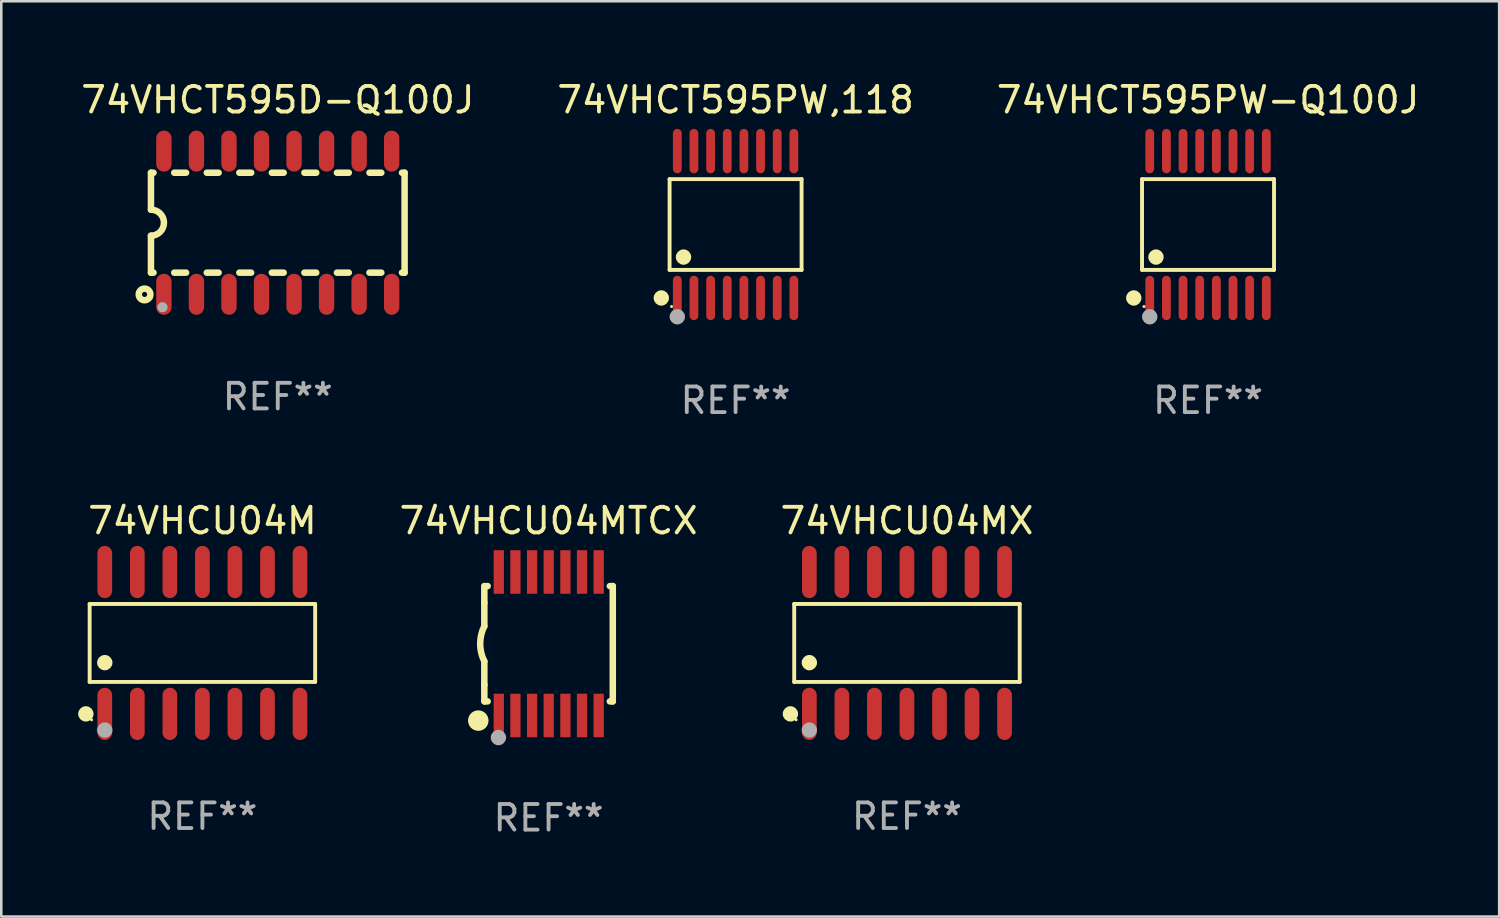
<source format=kicad_pcb>
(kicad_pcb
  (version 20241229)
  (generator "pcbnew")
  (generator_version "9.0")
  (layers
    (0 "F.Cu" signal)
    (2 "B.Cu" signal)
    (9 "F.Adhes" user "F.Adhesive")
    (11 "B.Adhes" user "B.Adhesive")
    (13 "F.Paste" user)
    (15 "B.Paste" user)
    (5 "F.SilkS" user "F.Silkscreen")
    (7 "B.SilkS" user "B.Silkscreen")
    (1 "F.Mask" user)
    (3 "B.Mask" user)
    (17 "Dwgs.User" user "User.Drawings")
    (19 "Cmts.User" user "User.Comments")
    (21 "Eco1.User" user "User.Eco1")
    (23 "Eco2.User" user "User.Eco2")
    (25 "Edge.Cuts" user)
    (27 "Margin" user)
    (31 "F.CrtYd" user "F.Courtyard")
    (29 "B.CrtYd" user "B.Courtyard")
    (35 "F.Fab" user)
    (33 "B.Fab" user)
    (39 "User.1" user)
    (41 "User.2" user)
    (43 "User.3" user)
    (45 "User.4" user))
  (footprint "74VHCT595D-Q100J"
    (layer "F.Cu")
    (at 7.792 5.642)
    (property "Reference" "74VHCT595D-Q100J" (at 0 -4.794 0) (layer "F.SilkS") (effects (font (size 1 1) (thickness 0.15))))
    (attr through_hole)
    (fp_line (start -4.95 -1.95) (end -4.95 -0.508) (stroke (width 0.254) (type solid)) (layer "F.SilkS"))
    (fp_line (start -4.95 -1.95) (end -4.849 -1.95) (stroke (width 0.254) (type solid)) (layer "F.SilkS"))
    (fp_line (start -4.95 1.95) (end -4.95 0.508) (stroke (width 0.254) (type solid)) (layer "F.SilkS"))
    (fp_line (start -4.95 1.95) (end -4.849 1.95) (stroke (width 0.254) (type solid)) (layer "F.SilkS"))
    (fp_line (start -4.041 -1.95) (end -3.579 -1.95) (stroke (width 0.254) (type solid)) (layer "F.SilkS"))
    (fp_line (start -4.041 1.95) (end -3.579 1.95) (stroke (width 0.254) (type solid)) (layer "F.SilkS"))
    (fp_line (start -2.771 -1.95) (end -2.309 -1.95) (stroke (width 0.254) (type solid)) (layer "F.SilkS"))
    (fp_line (start -2.771 1.95) (end -2.309 1.95) (stroke (width 0.254) (type solid)) (layer "F.SilkS"))
    (fp_line (start -1.501 -1.95) (end -1.039 -1.95) (stroke (width 0.254) (type solid)) (layer "F.SilkS"))
    (fp_line (start -1.501 1.95) (end -1.039 1.95) (stroke (width 0.254) (type solid)) (layer "F.SilkS"))
    (fp_line (start -0.231 -1.95) (end 0.231 -1.95) (stroke (width 0.254) (type solid)) (layer "F.SilkS"))
    (fp_line (start -0.231 1.95) (end 0.231 1.95) (stroke (width 0.254) (type solid)) (layer "F.SilkS"))
    (fp_line (start 1.039 -1.95) (end 1.501 -1.95) (stroke (width 0.254) (type solid)) (layer "F.SilkS"))
    (fp_line (start 1.039 1.95) (end 1.501 1.95) (stroke (width 0.254) (type solid)) (layer "F.SilkS"))
    (fp_line (start 2.309 -1.95) (end 2.771 -1.95) (stroke (width 0.254) (type solid)) (layer "F.SilkS"))
    (fp_line (start 2.309 1.95) (end 2.771 1.95) (stroke (width 0.254) (type solid)) (layer "F.SilkS"))
    (fp_line (start 3.579 -1.95) (end 4.041 -1.95) (stroke (width 0.254) (type solid)) (layer "F.SilkS"))
    (fp_line (start 3.579 1.95) (end 4.041 1.95) (stroke (width 0.254) (type solid)) (layer "F.SilkS"))
    (fp_line (start 4.849 -1.95) (end 4.95 -1.95) (stroke (width 0.254) (type solid)) (layer "F.SilkS"))
    (fp_line (start 4.849 1.95) (end 4.95 1.95) (stroke (width 0.254) (type solid)) (layer "F.SilkS"))
    (fp_line (start 4.95 -1.95) (end 4.95 1.95) (stroke (width 0.254) (type solid)) (layer "F.SilkS"))
    (fp_arc (start -4.95047 -0.508001) (mid -4.442469 -0.000228) (end -4.950013 0.508001) (stroke (width 0.254001) (type solid)) (layer "F.SilkS"))
    (fp_circle (center -5.2 2.8) (end -5.1 2.8) (stroke (width 0.254) (type solid)) (fill no) (layer "F.SilkS"))
    (fp_circle (center -4.95 2.947) (end -4.92 2.947) (stroke (width 0.06) (type solid)) (fill no) (layer "F.SilkS"))
    (fp_circle (center -4.5 3.3) (end -4.4 3.3) (stroke (width 0.2) (type solid)) (fill no) (layer "F.Fab"))
    (fp_text user "REF**" (at 0 6.794 0) (layer "F.Fab") (effects (font (size 1 1) (thickness 0.15))))
    (pad "1" smd oval (at -4.445 2.794) (size 0.6 1.6) (layers "F.Cu" "F.Mask" "F.Paste"))
    (pad "2" smd oval (at -3.175 2.794) (size 0.6 1.6) (layers "F.Cu" "F.Mask" "F.Paste"))
    (pad "3" smd oval (at -1.905 2.794) (size 0.6 1.6) (layers "F.Cu" "F.Mask" "F.Paste"))
    (pad "4" smd oval (at -0.635 2.794) (size 0.6 1.6) (layers "F.Cu" "F.Mask" "F.Paste"))
    (pad "5" smd oval (at 0.635 2.794) (size 0.6 1.6) (layers "F.Cu" "F.Mask" "F.Paste"))
    (pad "6" smd oval (at 1.905 2.794) (size 0.6 1.6) (layers "F.Cu" "F.Mask" "F.Paste"))
    (pad "7" smd oval (at 3.175 2.794) (size 0.6 1.6) (layers "F.Cu" "F.Mask" "F.Paste"))
    (pad "8" smd oval (at 4.445 2.794) (size 0.6 1.6) (layers "F.Cu" "F.Mask" "F.Paste"))
    (pad "9" smd oval (at 4.445 -2.794) (size 0.6 1.6) (layers "F.Cu" "F.Mask" "F.Paste"))
    (pad "10" smd oval (at 3.175 -2.794) (size 0.6 1.6) (layers "F.Cu" "F.Mask" "F.Paste"))
    (pad "11" smd oval (at 1.905 -2.794) (size 0.6 1.6) (layers "F.Cu" "F.Mask" "F.Paste"))
    (pad "12" smd oval (at 0.635 -2.794) (size 0.6 1.6) (layers "F.Cu" "F.Mask" "F.Paste"))
    (pad "13" smd oval (at -0.635 -2.794) (size 0.6 1.6) (layers "F.Cu" "F.Mask" "F.Paste"))
    (pad "14" smd oval (at -1.905 -2.794) (size 0.6 1.6) (layers "F.Cu" "F.Mask" "F.Paste"))
    (pad "15" smd oval (at -3.175 -2.794) (size 0.6 1.6) (layers "F.Cu" "F.Mask" "F.Paste"))
    (pad "16" smd oval (at -4.445 -2.794) (size 0.6 1.6) (layers "F.Cu" "F.Mask" "F.Paste")))
  (footprint "74VHCT595PW,118"
    (layer "F.Cu")
    (at 25.661 5.714)
    (property "Reference" "74VHCT595PW,118" (at 0 -4.866 0) (layer "F.SilkS") (effects (font (size 1 1) (thickness 0.15))))
    (attr through_hole)
    (fp_line (start -2.576 -1.772) (end 2.576 -1.772) (stroke (width 0.152) (type solid)) (layer "F.SilkS"))
    (fp_line (start -2.576 1.771) (end -2.576 -1.772) (stroke (width 0.152) (type solid)) (layer "F.SilkS"))
    (fp_line (start 2.576 -1.772) (end 2.576 1.771) (stroke (width 0.152) (type solid)) (layer "F.SilkS"))
    (fp_line (start 2.576 1.771) (end -2.576 1.771) (stroke (width 0.152) (type solid)) (layer "F.SilkS"))
    (fp_circle (center -2.899 2.866) (end -2.749 2.866) (stroke (width 0.3) (type solid)) (fill no) (layer "F.SilkS"))
    (fp_circle (center -2.5 3.2) (end -2.47 3.2) (stroke (width 0.06) (type solid)) (fill no) (layer "F.SilkS"))
    (fp_circle (center -2.032 1.27) (end -1.882 1.27) (stroke (width 0.3) (type solid)) (fill no) (layer "F.SilkS"))
    (fp_circle (center -2.275 3.6) (end -2.125 3.6) (stroke (width 0.3) (type solid)) (fill no) (layer "F.Fab"))
    (fp_text user "REF**" (at 0 6.866 0) (layer "F.Fab") (effects (font (size 1 1) (thickness 0.15))))
    (pad "1" smd oval (at -2.275 2.866) (size 0.343 1.731) (layers "F.Cu" "F.Mask" "F.Paste"))
    (pad "2" smd oval (at -1.625 2.866) (size 0.343 1.731) (layers "F.Cu" "F.Mask" "F.Paste"))
    (pad "3" smd oval (at -0.975 2.866) (size 0.343 1.731) (layers "F.Cu" "F.Mask" "F.Paste"))
    (pad "4" smd oval (at -0.325 2.866) (size 0.343 1.731) (layers "F.Cu" "F.Mask" "F.Paste"))
    (pad "5" smd oval (at 0.325 2.866) (size 0.343 1.731) (layers "F.Cu" "F.Mask" "F.Paste"))
    (pad "6" smd oval (at 0.975 2.866) (size 0.343 1.731) (layers "F.Cu" "F.Mask" "F.Paste"))
    (pad "7" smd oval (at 1.625 2.866) (size 0.343 1.731) (layers "F.Cu" "F.Mask" "F.Paste"))
    (pad "8" smd oval (at 2.275 2.866) (size 0.343 1.731) (layers "F.Cu" "F.Mask" "F.Paste"))
    (pad "9" smd oval (at 2.275 -2.866) (size 0.343 1.731) (layers "F.Cu" "F.Mask" "F.Paste"))
    (pad "10" smd oval (at 1.625 -2.866) (size 0.343 1.731) (layers "F.Cu" "F.Mask" "F.Paste"))
    (pad "11" smd oval (at 0.975 -2.866) (size 0.343 1.731) (layers "F.Cu" "F.Mask" "F.Paste"))
    (pad "12" smd oval (at 0.325 -2.866) (size 0.343 1.731) (layers "F.Cu" "F.Mask" "F.Paste"))
    (pad "13" smd oval (at -0.325 -2.866) (size 0.343 1.731) (layers "F.Cu" "F.Mask" "F.Paste"))
    (pad "14" smd oval (at -0.975 -2.866) (size 0.343 1.731) (layers "F.Cu" "F.Mask" "F.Paste"))
    (pad "15" smd oval (at -1.625 -2.866) (size 0.343 1.731) (layers "F.Cu" "F.Mask" "F.Paste"))
    (pad "16" smd oval (at -2.275 -2.866) (size 0.343 1.731) (layers "F.Cu" "F.Mask" "F.Paste")))
  (footprint "74VHCU04M"
    (layer "F.Cu")
    (at 4.85 22.045)
    (property "Reference" "74VHCU04M" (at 0 -4.769 0) (layer "F.SilkS") (effects (font (size 1 1) (thickness 0.15))))
    (attr through_hole)
    (fp_line (start -4.401 -1.521) (end 4.401 -1.521) (stroke (width 0.152) (type solid)) (layer "F.SilkS"))
    (fp_line (start -4.401 1.521) (end -4.401 -1.521) (stroke (width 0.152) (type solid)) (layer "F.SilkS"))
    (fp_line (start 4.401 -1.521) (end 4.401 1.521) (stroke (width 0.152) (type solid)) (layer "F.SilkS"))
    (fp_line (start 4.401 1.521) (end -4.401 1.521) (stroke (width 0.152) (type solid)) (layer "F.SilkS"))
    (fp_circle (center -4.549 2.769) (end -4.399 2.769) (stroke (width 0.3) (type solid)) (fill no) (layer "F.SilkS"))
    (fp_circle (center -4.325 3) (end -4.295 3) (stroke (width 0.06) (type solid)) (fill no) (layer "F.SilkS"))
    (fp_circle (center -3.81 0.769) (end -3.66 0.769) (stroke (width 0.3) (type solid)) (fill no) (layer "F.SilkS"))
    (fp_circle (center -3.81 3.4) (end -3.66 3.4) (stroke (width 0.3) (type solid)) (fill no) (layer "F.Fab"))
    (fp_text user "REF**" (at 0 6.769 0) (layer "F.Fab") (effects (font (size 1 1) (thickness 0.15))))
    (pad "1" smd oval (at -3.81 2.769) (size 0.574 2.038) (layers "F.Cu" "F.Mask" "F.Paste"))
    (pad "2" smd oval (at -2.54 2.769) (size 0.574 2.038) (layers "F.Cu" "F.Mask" "F.Paste"))
    (pad "3" smd oval (at -1.27 2.769) (size 0.574 2.038) (layers "F.Cu" "F.Mask" "F.Paste"))
    (pad "4" smd oval (at 0 2.769) (size 0.574 2.038) (layers "F.Cu" "F.Mask" "F.Paste"))
    (pad "5" smd oval (at 1.27 2.769) (size 0.574 2.038) (layers "F.Cu" "F.Mask" "F.Paste"))
    (pad "6" smd oval (at 2.54 2.769) (size 0.574 2.038) (layers "F.Cu" "F.Mask" "F.Paste"))
    (pad "7" smd oval (at 3.81 2.769) (size 0.574 2.038) (layers "F.Cu" "F.Mask" "F.Paste"))
    (pad "8" smd oval (at 3.81 -2.769) (size 0.574 2.038) (layers "F.Cu" "F.Mask" "F.Paste"))
    (pad "9" smd oval (at 2.54 -2.769) (size 0.574 2.038) (layers "F.Cu" "F.Mask" "F.Paste"))
    (pad "10" smd oval (at 1.27 -2.769) (size 0.574 2.038) (layers "F.Cu" "F.Mask" "F.Paste"))
    (pad "11" smd oval (at 0 -2.769) (size 0.574 2.038) (layers "F.Cu" "F.Mask" "F.Paste"))
    (pad "12" smd oval (at -1.27 -2.769) (size 0.574 2.038) (layers "F.Cu" "F.Mask" "F.Paste"))
    (pad "13" smd oval (at -2.54 -2.769) (size 0.574 2.038) (layers "F.Cu" "F.Mask" "F.Paste"))
    (pad "14" smd oval (at -3.81 -2.769) (size 0.574 2.038) (layers "F.Cu" "F.Mask" "F.Paste")))
  (footprint "74VHCT595PW-Q100J"
    (layer "F.Cu")
    (at 44.101 5.714)
    (property "Reference" "74VHCT595PW-Q100J" (at 0 -4.866 0) (layer "F.SilkS") (effects (font (size 1 1) (thickness 0.15))))
    (attr through_hole)
    (fp_line (start -2.576 -1.772) (end 2.576 -1.772) (stroke (width 0.152) (type solid)) (layer "F.SilkS"))
    (fp_line (start -2.576 1.771) (end -2.576 -1.772) (stroke (width 0.152) (type solid)) (layer "F.SilkS"))
    (fp_line (start 2.576 -1.772) (end 2.576 1.771) (stroke (width 0.152) (type solid)) (layer "F.SilkS"))
    (fp_line (start 2.576 1.771) (end -2.576 1.771) (stroke (width 0.152) (type solid)) (layer "F.SilkS"))
    (fp_circle (center -2.899 2.866) (end -2.749 2.866) (stroke (width 0.3) (type solid)) (fill no) (layer "F.SilkS"))
    (fp_circle (center -2.5 3.2) (end -2.47 3.2) (stroke (width 0.06) (type solid)) (fill no) (layer "F.SilkS"))
    (fp_circle (center -2.032 1.27) (end -1.882 1.27) (stroke (width 0.3) (type solid)) (fill no) (layer "F.SilkS"))
    (fp_circle (center -2.275 3.6) (end -2.125 3.6) (stroke (width 0.3) (type solid)) (fill no) (layer "F.Fab"))
    (fp_text user "REF**" (at 0 6.866 0) (layer "F.Fab") (effects (font (size 1 1) (thickness 0.15))))
    (pad "1" smd oval (at -2.275 2.866) (size 0.343 1.731) (layers "F.Cu" "F.Mask" "F.Paste"))
    (pad "2" smd oval (at -1.625 2.866) (size 0.343 1.731) (layers "F.Cu" "F.Mask" "F.Paste"))
    (pad "3" smd oval (at -0.975 2.866) (size 0.343 1.731) (layers "F.Cu" "F.Mask" "F.Paste"))
    (pad "4" smd oval (at -0.325 2.866) (size 0.343 1.731) (layers "F.Cu" "F.Mask" "F.Paste"))
    (pad "5" smd oval (at 0.325 2.866) (size 0.343 1.731) (layers "F.Cu" "F.Mask" "F.Paste"))
    (pad "6" smd oval (at 0.975 2.866) (size 0.343 1.731) (layers "F.Cu" "F.Mask" "F.Paste"))
    (pad "7" smd oval (at 1.625 2.866) (size 0.343 1.731) (layers "F.Cu" "F.Mask" "F.Paste"))
    (pad "8" smd oval (at 2.275 2.866) (size 0.343 1.731) (layers "F.Cu" "F.Mask" "F.Paste"))
    (pad "9" smd oval (at 2.275 -2.866) (size 0.343 1.731) (layers "F.Cu" "F.Mask" "F.Paste"))
    (pad "10" smd oval (at 1.625 -2.866) (size 0.343 1.731) (layers "F.Cu" "F.Mask" "F.Paste"))
    (pad "11" smd oval (at 0.975 -2.866) (size 0.343 1.731) (layers "F.Cu" "F.Mask" "F.Paste"))
    (pad "12" smd oval (at 0.325 -2.866) (size 0.343 1.731) (layers "F.Cu" "F.Mask" "F.Paste"))
    (pad "13" smd oval (at -0.325 -2.866) (size 0.343 1.731) (layers "F.Cu" "F.Mask" "F.Paste"))
    (pad "14" smd oval (at -0.975 -2.866) (size 0.343 1.731) (layers "F.Cu" "F.Mask" "F.Paste"))
    (pad "15" smd oval (at -1.625 -2.866) (size 0.343 1.731) (layers "F.Cu" "F.Mask" "F.Paste"))
    (pad "16" smd oval (at -2.275 -2.866) (size 0.343 1.731) (layers "F.Cu" "F.Mask" "F.Paste")))
  (footprint "74VHCU04MX"
    (layer "F.Cu")
    (at 32.35 22.045)
    (property "Reference" "74VHCU04MX" (at 0 -4.769 0) (layer "F.SilkS") (effects (font (size 1 1) (thickness 0.15))))
    (attr through_hole)
    (fp_line (start -4.401 -1.521) (end 4.401 -1.521) (stroke (width 0.152) (type solid)) (layer "F.SilkS"))
    (fp_line (start -4.401 1.521) (end -4.401 -1.521) (stroke (width 0.152) (type solid)) (layer "F.SilkS"))
    (fp_line (start 4.401 -1.521) (end 4.401 1.521) (stroke (width 0.152) (type solid)) (layer "F.SilkS"))
    (fp_line (start 4.401 1.521) (end -4.401 1.521) (stroke (width 0.152) (type solid)) (layer "F.SilkS"))
    (fp_circle (center -4.549 2.769) (end -4.399 2.769) (stroke (width 0.3) (type solid)) (fill no) (layer "F.SilkS"))
    (fp_circle (center -4.325 3) (end -4.295 3) (stroke (width 0.06) (type solid)) (fill no) (layer "F.SilkS"))
    (fp_circle (center -3.81 0.769) (end -3.66 0.769) (stroke (width 0.3) (type solid)) (fill no) (layer "F.SilkS"))
    (fp_circle (center -3.81 3.4) (end -3.66 3.4) (stroke (width 0.3) (type solid)) (fill no) (layer "F.Fab"))
    (fp_text user "REF**" (at 0 6.769 0) (layer "F.Fab") (effects (font (size 1 1) (thickness 0.15))))
    (pad "1" smd oval (at -3.81 2.769) (size 0.574 2.038) (layers "F.Cu" "F.Mask" "F.Paste"))
    (pad "2" smd oval (at -2.54 2.769) (size 0.574 2.038) (layers "F.Cu" "F.Mask" "F.Paste"))
    (pad "3" smd oval (at -1.27 2.769) (size 0.574 2.038) (layers "F.Cu" "F.Mask" "F.Paste"))
    (pad "4" smd oval (at 0 2.769) (size 0.574 2.038) (layers "F.Cu" "F.Mask" "F.Paste"))
    (pad "5" smd oval (at 1.27 2.769) (size 0.574 2.038) (layers "F.Cu" "F.Mask" "F.Paste"))
    (pad "6" smd oval (at 2.54 2.769) (size 0.574 2.038) (layers "F.Cu" "F.Mask" "F.Paste"))
    (pad "7" smd oval (at 3.81 2.769) (size 0.574 2.038) (layers "F.Cu" "F.Mask" "F.Paste"))
    (pad "8" smd oval (at 3.81 -2.769) (size 0.574 2.038) (layers "F.Cu" "F.Mask" "F.Paste"))
    (pad "9" smd oval (at 2.54 -2.769) (size 0.574 2.038) (layers "F.Cu" "F.Mask" "F.Paste"))
    (pad "10" smd oval (at 1.27 -2.769) (size 0.574 2.038) (layers "F.Cu" "F.Mask" "F.Paste"))
    (pad "11" smd oval (at 0 -2.769) (size 0.574 2.038) (layers "F.Cu" "F.Mask" "F.Paste"))
    (pad "12" smd oval (at -1.27 -2.769) (size 0.574 2.038) (layers "F.Cu" "F.Mask" "F.Paste"))
    (pad "13" smd oval (at -2.54 -2.769) (size 0.574 2.038) (layers "F.Cu" "F.Mask" "F.Paste"))
    (pad "14" smd oval (at -3.81 -2.769) (size 0.574 2.038) (layers "F.Cu" "F.Mask" "F.Paste")))
  (footprint "74VHCU04MTCX"
    (layer "F.Cu")
    (at 18.361 22.076)
    (property "Reference" "74VHCU04MTCX" (at 0 -4.8 0) (layer "F.SilkS") (effects (font (size 1 1) (thickness 0.15))))
    (attr through_hole)
    (fp_line (start -2.507 -1.6) (end -2.507 -2.25) (stroke (width 0.254) (type solid)) (layer "F.SilkS"))
    (fp_line (start -2.507 -0.686) (end -2.507 -1.6) (stroke (width 0.254) (type solid)) (layer "F.SilkS"))
    (fp_line (start -2.507 1.6) (end -2.507 0.686) (stroke (width 0.254) (type solid)) (layer "F.SilkS"))
    (fp_line (start -2.507 1.6) (end -2.507 2.25) (stroke (width 0.254) (type solid)) (layer "F.SilkS"))
    (fp_line (start -2.493 -2.25) (end -2.377 -2.25) (stroke (width 0.254) (type solid)) (layer "F.SilkS"))
    (fp_line (start -2.377 2.25) (end -2.493 2.25) (stroke (width 0.254) (type solid)) (layer "F.SilkS"))
    (fp_line (start 2.392 -2.25) (end 2.507 -2.25) (stroke (width 0.254) (type solid)) (layer "F.SilkS"))
    (fp_line (start 2.507 -2.25) (end 2.507 2.25) (stroke (width 0.254) (type solid)) (layer "F.SilkS"))
    (fp_line (start 2.507 2.25) (end 2.392 2.25) (stroke (width 0.254) (type solid)) (layer "F.SilkS"))
    (fp_arc (start -2.507303 0.685802) (mid -2.669199 0) (end -2.507303 -0.685801) (stroke (width 0.254001) (type solid)) (layer "F.SilkS"))
    (fp_circle (center -2.743 3) (end -2.543 3) (stroke (width 0.4) (type solid)) (fill no) (layer "F.SilkS"))
    (fp_circle (center -2.493 3.2) (end -2.463 3.2) (stroke (width 0.06) (type solid)) (fill no) (layer "F.SilkS"))
    (fp_circle (center -1.957 3.662) (end -1.807 3.662) (stroke (width 0.3) (type solid)) (fill no) (layer "F.Fab"))
    (fp_text user "REF**" (at 0 6.8 0) (layer "F.Fab") (effects (font (size 1 1) (thickness 0.15))))
    (pad "1" smd rect (at -1.943 2.8) (size 0.4 1.7) (layers "F.Cu" "F.Mask" "F.Paste"))
    (pad "2" smd rect (at -1.293 2.8) (size 0.4 1.7) (layers "F.Cu" "F.Mask" "F.Paste"))
    (pad "3" smd rect (at -0.643 2.8) (size 0.4 1.7) (layers "F.Cu" "F.Mask" "F.Paste"))
    (pad "4" smd rect (at 0.007 2.8) (size 0.4 1.7) (layers "F.Cu" "F.Mask" "F.Paste"))
    (pad "5" smd rect (at 0.657 2.8) (size 0.4 1.7) (layers "F.Cu" "F.Mask" "F.Paste"))
    (pad "6" smd rect (at 1.307 2.8) (size 0.4 1.7) (layers "F.Cu" "F.Mask" "F.Paste"))
    (pad "7" smd rect (at 1.957 2.8) (size 0.4 1.7) (layers "F.Cu" "F.Mask" "F.Paste"))
    (pad "8" smd rect (at 1.957 -2.8) (size 0.4 1.7) (layers "F.Cu" "F.Mask" "F.Paste"))
    (pad "9" smd rect (at 1.307 -2.8) (size 0.4 1.7) (layers "F.Cu" "F.Mask" "F.Paste"))
    (pad "10" smd rect (at 0.657 -2.8) (size 0.4 1.7) (layers "F.Cu" "F.Mask" "F.Paste"))
    (pad "11" smd rect (at 0.007 -2.8) (size 0.4 1.7) (layers "F.Cu" "F.Mask" "F.Paste"))
    (pad "12" smd rect (at -0.643 -2.8) (size 0.4 1.7) (layers "F.Cu" "F.Mask" "F.Paste"))
    (pad "13" smd rect (at -1.293 -2.8) (size 0.4 1.7) (layers "F.Cu" "F.Mask" "F.Paste"))
    (pad "14" smd rect (at -1.943 -2.8) (size 0.4 1.7) (layers "F.Cu" "F.Mask" "F.Paste")))
  (gr_rect
    (start -3 -3)
    (end 55.464 32.725)
    (stroke (width 0.1) (type default))
    (fill no)
    (layer "Edge.Cuts")))
</source>
